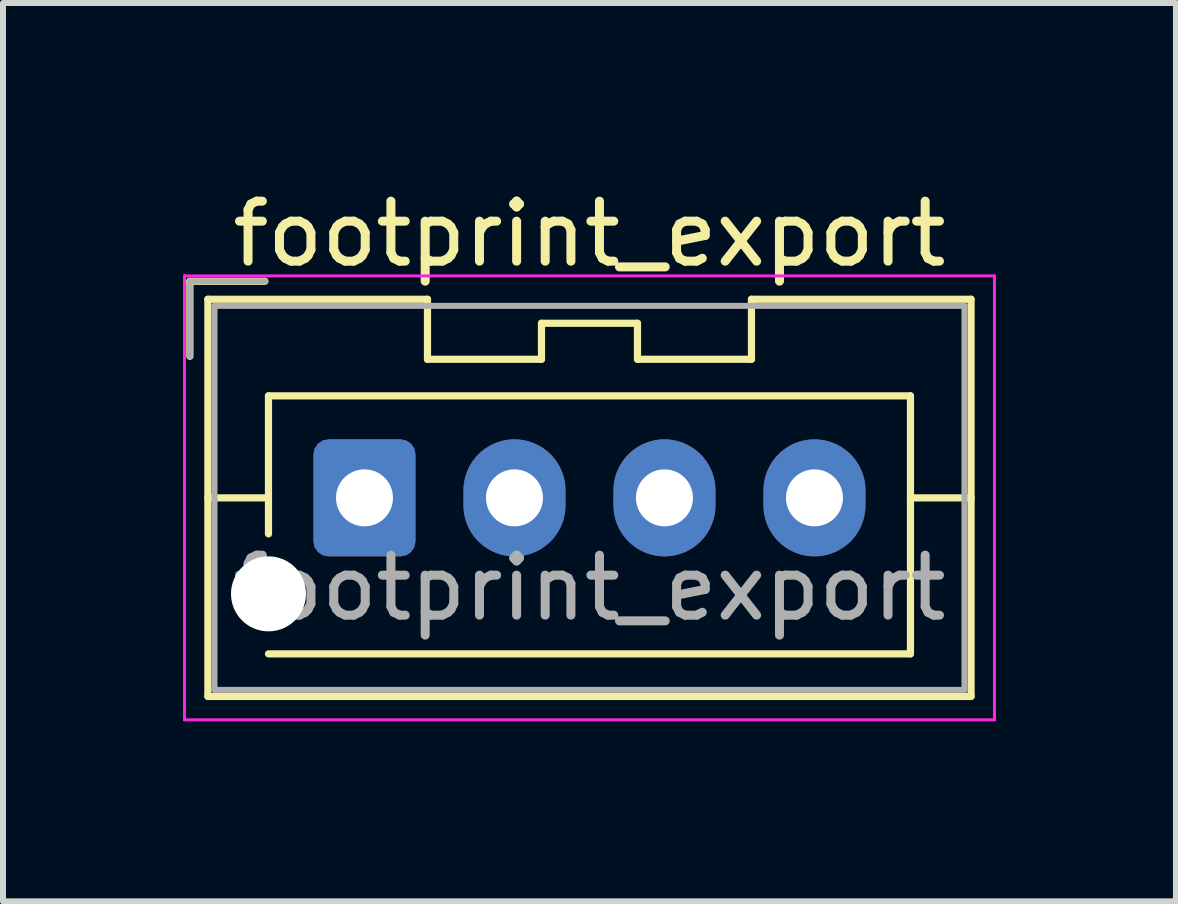
<source format=kicad_pcb>
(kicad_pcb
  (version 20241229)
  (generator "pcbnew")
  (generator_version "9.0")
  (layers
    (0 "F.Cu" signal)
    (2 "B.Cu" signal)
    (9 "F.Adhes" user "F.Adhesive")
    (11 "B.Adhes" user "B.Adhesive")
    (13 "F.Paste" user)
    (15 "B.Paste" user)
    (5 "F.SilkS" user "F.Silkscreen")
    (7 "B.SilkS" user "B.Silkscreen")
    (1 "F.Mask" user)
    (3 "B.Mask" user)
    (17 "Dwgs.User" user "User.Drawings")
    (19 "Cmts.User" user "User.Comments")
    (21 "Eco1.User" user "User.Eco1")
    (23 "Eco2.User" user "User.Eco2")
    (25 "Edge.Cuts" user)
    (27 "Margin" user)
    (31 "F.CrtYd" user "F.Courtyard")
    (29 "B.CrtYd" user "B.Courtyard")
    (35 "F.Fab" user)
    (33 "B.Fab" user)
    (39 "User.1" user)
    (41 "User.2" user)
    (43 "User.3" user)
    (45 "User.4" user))
  (footprint "footprint_export"
    (layer "F.Cu")
    (at 3.025 5.248)
    (property "Reference" "footprint_export" (at 3.75 -4.4 0) (layer "F.SilkS") (effects (font (size 1 1) (thickness 0.15))))
    (attr through_hole)
    (fp_line (start -2.91 -3.61) (end -2.91 -2.36) (stroke (width 0.12) (type solid)) (layer "F.SilkS"))
    (fp_line (start -2.61 -3.31) (end -2.61 3.31) (stroke (width 0.12) (type solid)) (layer "F.SilkS"))
    (fp_line (start -2.61 0) (end -1.6 0) (stroke (width 0.12) (type solid)) (layer "F.SilkS"))
    (fp_line (start -2.61 3.31) (end 10.11 3.31) (stroke (width 0.12) (type solid)) (layer "F.SilkS"))
    (fp_line (start -1.66 -3.61) (end -2.91 -3.61) (stroke (width 0.12) (type solid)) (layer "F.SilkS"))
    (fp_line (start -1.6 -1.7) (end 9.1 -1.7) (stroke (width 0.12) (type solid)) (layer "F.SilkS"))
    (fp_line (start -1.6 0.6) (end -1.6 -1.7) (stroke (width 0.12) (type solid)) (layer "F.SilkS"))
    (fp_line (start 1.05 -3.31) (end -2.61 -3.31) (stroke (width 0.12) (type solid)) (layer "F.SilkS"))
    (fp_line (start 1.05 -2.31) (end 1.05 -3.31) (stroke (width 0.12) (type solid)) (layer "F.SilkS"))
    (fp_line (start 2.95 -2.91) (end 2.95 -2.31) (stroke (width 0.12) (type solid)) (layer "F.SilkS"))
    (fp_line (start 2.95 -2.31) (end 1.05 -2.31) (stroke (width 0.12) (type solid)) (layer "F.SilkS"))
    (fp_line (start 4.55 -2.91) (end 2.95 -2.91) (stroke (width 0.12) (type solid)) (layer "F.SilkS"))
    (fp_line (start 4.55 -2.31) (end 4.55 -2.91) (stroke (width 0.12) (type solid)) (layer "F.SilkS"))
    (fp_line (start 6.45 -3.31) (end 6.45 -2.31) (stroke (width 0.12) (type solid)) (layer "F.SilkS"))
    (fp_line (start 6.45 -2.31) (end 4.55 -2.31) (stroke (width 0.12) (type solid)) (layer "F.SilkS"))
    (fp_line (start 9.1 -1.7) (end 9.1 2.6) (stroke (width 0.12) (type solid)) (layer "F.SilkS"))
    (fp_line (start 9.1 2.6) (end -1.6 2.6) (stroke (width 0.12) (type solid)) (layer "F.SilkS"))
    (fp_line (start 10.11 -3.31) (end 6.45 -3.31) (stroke (width 0.12) (type solid)) (layer "F.SilkS"))
    (fp_line (start 10.11 0) (end 9.1 0) (stroke (width 0.12) (type solid)) (layer "F.SilkS"))
    (fp_line (start 10.11 3.31) (end 10.11 -3.31) (stroke (width 0.12) (type solid)) (layer "F.SilkS"))
    (fp_line (start -3 -3.7) (end -3 3.7) (stroke (width 0.05) (type solid)) (layer "F.CrtYd"))
    (fp_line (start -3 3.7) (end 10.5 3.7) (stroke (width 0.05) (type solid)) (layer "F.CrtYd"))
    (fp_line (start 10.5 -3.7) (end -3 -3.7) (stroke (width 0.05) (type solid)) (layer "F.CrtYd"))
    (fp_line (start 10.5 3.7) (end 10.5 -3.7) (stroke (width 0.05) (type solid)) (layer "F.CrtYd"))
    (fp_line (start -2.91 -3.61) (end -2.91 -2.36) (stroke (width 0.1) (type solid)) (layer "F.Fab"))
    (fp_line (start -2.5 -3.2) (end -2.5 3.2) (stroke (width 0.1) (type solid)) (layer "F.Fab"))
    (fp_line (start -2.5 3.2) (end 10 3.2) (stroke (width 0.1) (type solid)) (layer "F.Fab"))
    (fp_line (start -1.66 -3.61) (end -2.91 -3.61) (stroke (width 0.1) (type solid)) (layer "F.Fab"))
    (fp_line (start 10 -3.2) (end -2.5 -3.2) (stroke (width 0.1) (type solid)) (layer "F.Fab"))
    (fp_line (start 10 3.2) (end 10 -3.2) (stroke (width 0.1) (type solid)) (layer "F.Fab"))
    (fp_text user "${REFERENCE}" (at 3.75 1.5 0) (layer "F.Fab") (effects (font (size 1 1) (thickness 0.15))))
    (pad "" np_thru_hole circle (at -1.6 1.6) (size 1.25 1.25) (drill 1.25) (layers "*.Cu" "*.Mask"))
    (pad "1" thru_hole roundrect (at 0 0) (size 1.7 1.95) (drill 0.95) (layers "*.Cu" "*.Mask") (roundrect_rratio 0.147))
    (pad "2" thru_hole oval (at 2.5 0) (size 1.7 1.95) (drill 0.95) (layers "*.Cu" "*.Mask"))
    (pad "3" thru_hole oval (at 5 0) (size 1.7 1.95) (drill 0.95) (layers "*.Cu" "*.Mask"))
    (pad "4" thru_hole oval (at 7.5 0) (size 1.7 1.95) (drill 0.95) (layers "*.Cu" "*.Mask")))
  (gr_rect
    (start -3 -3)
    (end 16.55 11.973)
    (stroke (width 0.1) (type default))
    (fill no)
    (layer "Edge.Cuts")))
</source>
